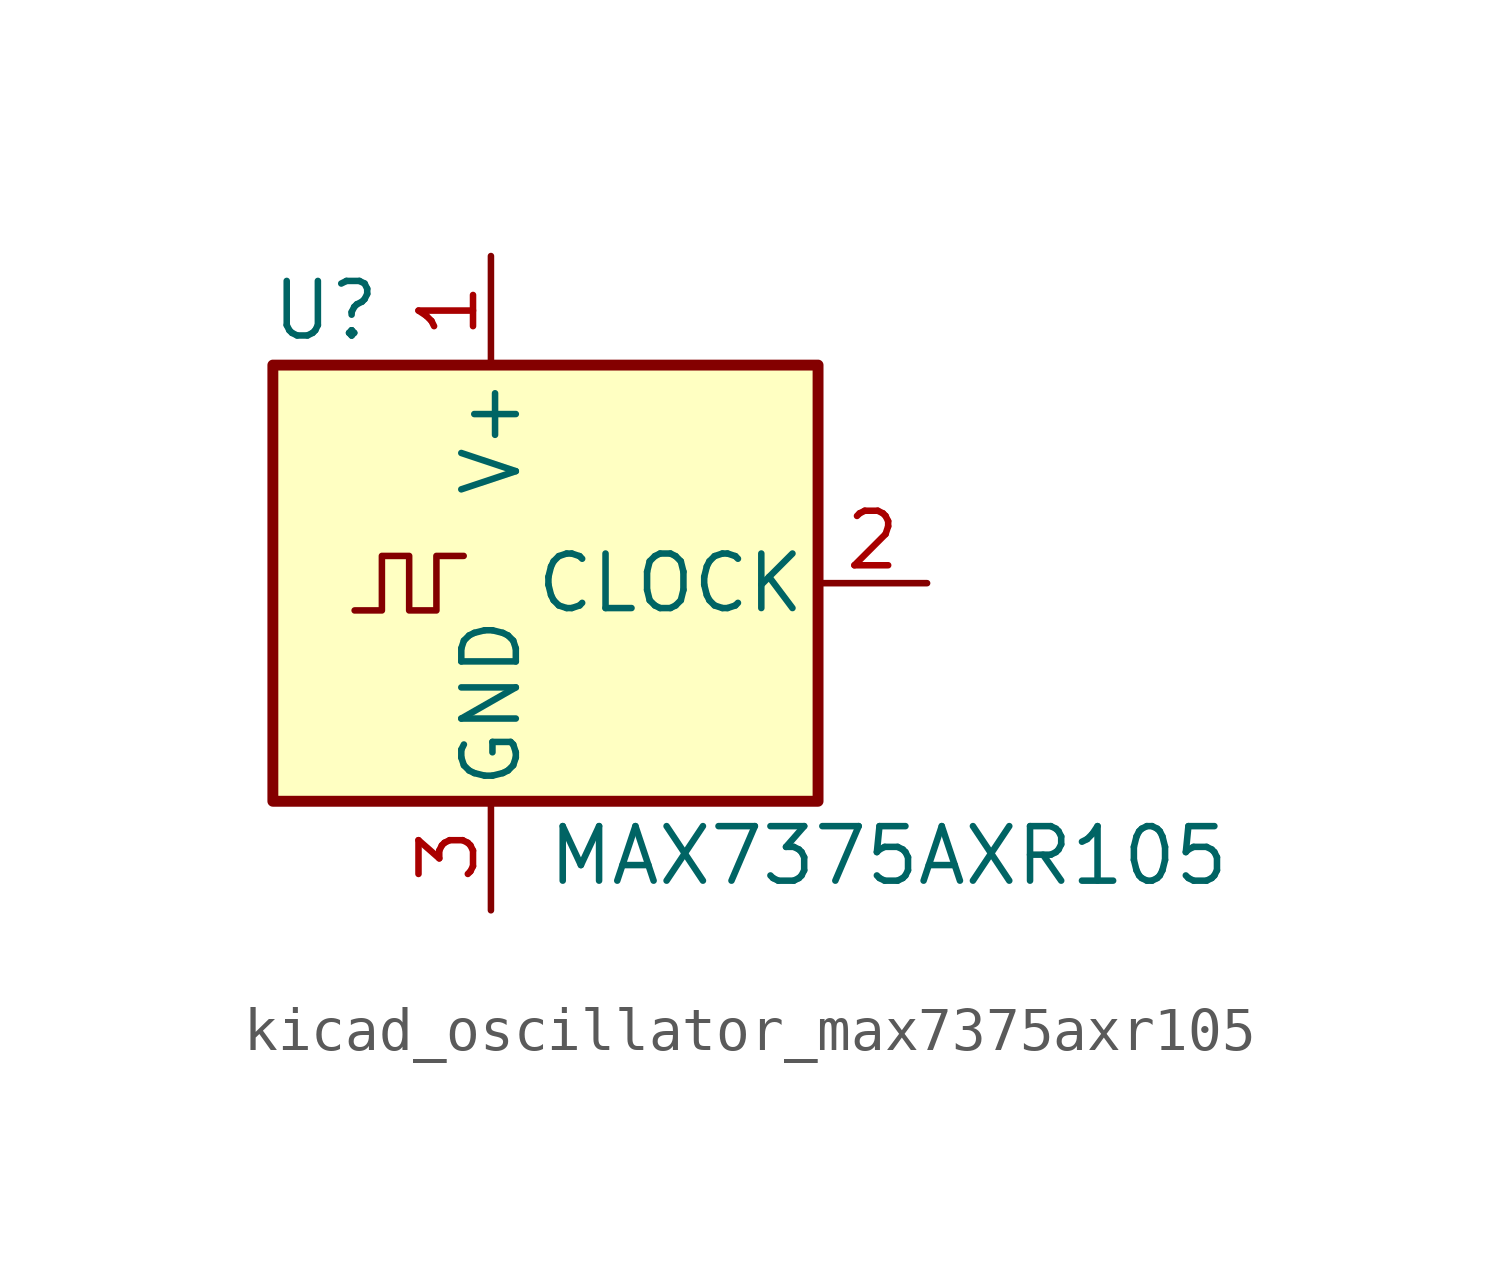
<source format=kicad_sym>
(kicad_symbol_lib
  (version 20220914)
  (generator kicad_symbol_editor)
  (symbol "kicad_oscillator_max7375axr105"
    (pin_names
      (offset 0.254))
    (property "Reference" "U"
      (at -2.54 6.35 0)
      (effects (font (size 1.27 1.27)) (justify right)))
    (property "Value" "MAX7375AXR105"
      (at 1.27 -6.35 0)
      (effects (font (size 1.27 1.27)) (justify left)))
    (symbol "kicad_oscillator_max7375axr105_0_1"
      (rectangle (start -5.08 5.08) (end 7.62 -5.08) (stroke (width 0.254) (type default)) (fill (type background)))
      (polyline (pts (xy -3.175 -0.635) (xy -2.54 -0.635) (xy -2.54 0.635) (xy -1.905 0.635) (xy -1.905 -0.635) (xy -1.27 -0.635) (xy -1.27 0.635) (xy -0.635 0.635)) (stroke (width 0) (type default)) (fill (type none))))
    (symbol "kicad_oscillator_max7375axr105_1_1"
      (pin power_in line (at 0 7.62 270) (length 2.54) (name "V+" (effects (font (size 1.27 1.27)))) (number "1" (effects (font (size 1.27 1.27)))))
      (pin output line (at 10.16 0 180) (length 2.54) (name "CLOCK" (effects (font (size 1.27 1.27)))) (number "2" (effects (font (size 1.27 1.27)))))
      (pin power_in line (at 0 -7.62 90) (length 2.54) (name "GND" (effects (font (size 1.27 1.27)))) (number "3" (effects (font (size 1.27 1.27))))))))
</source>
